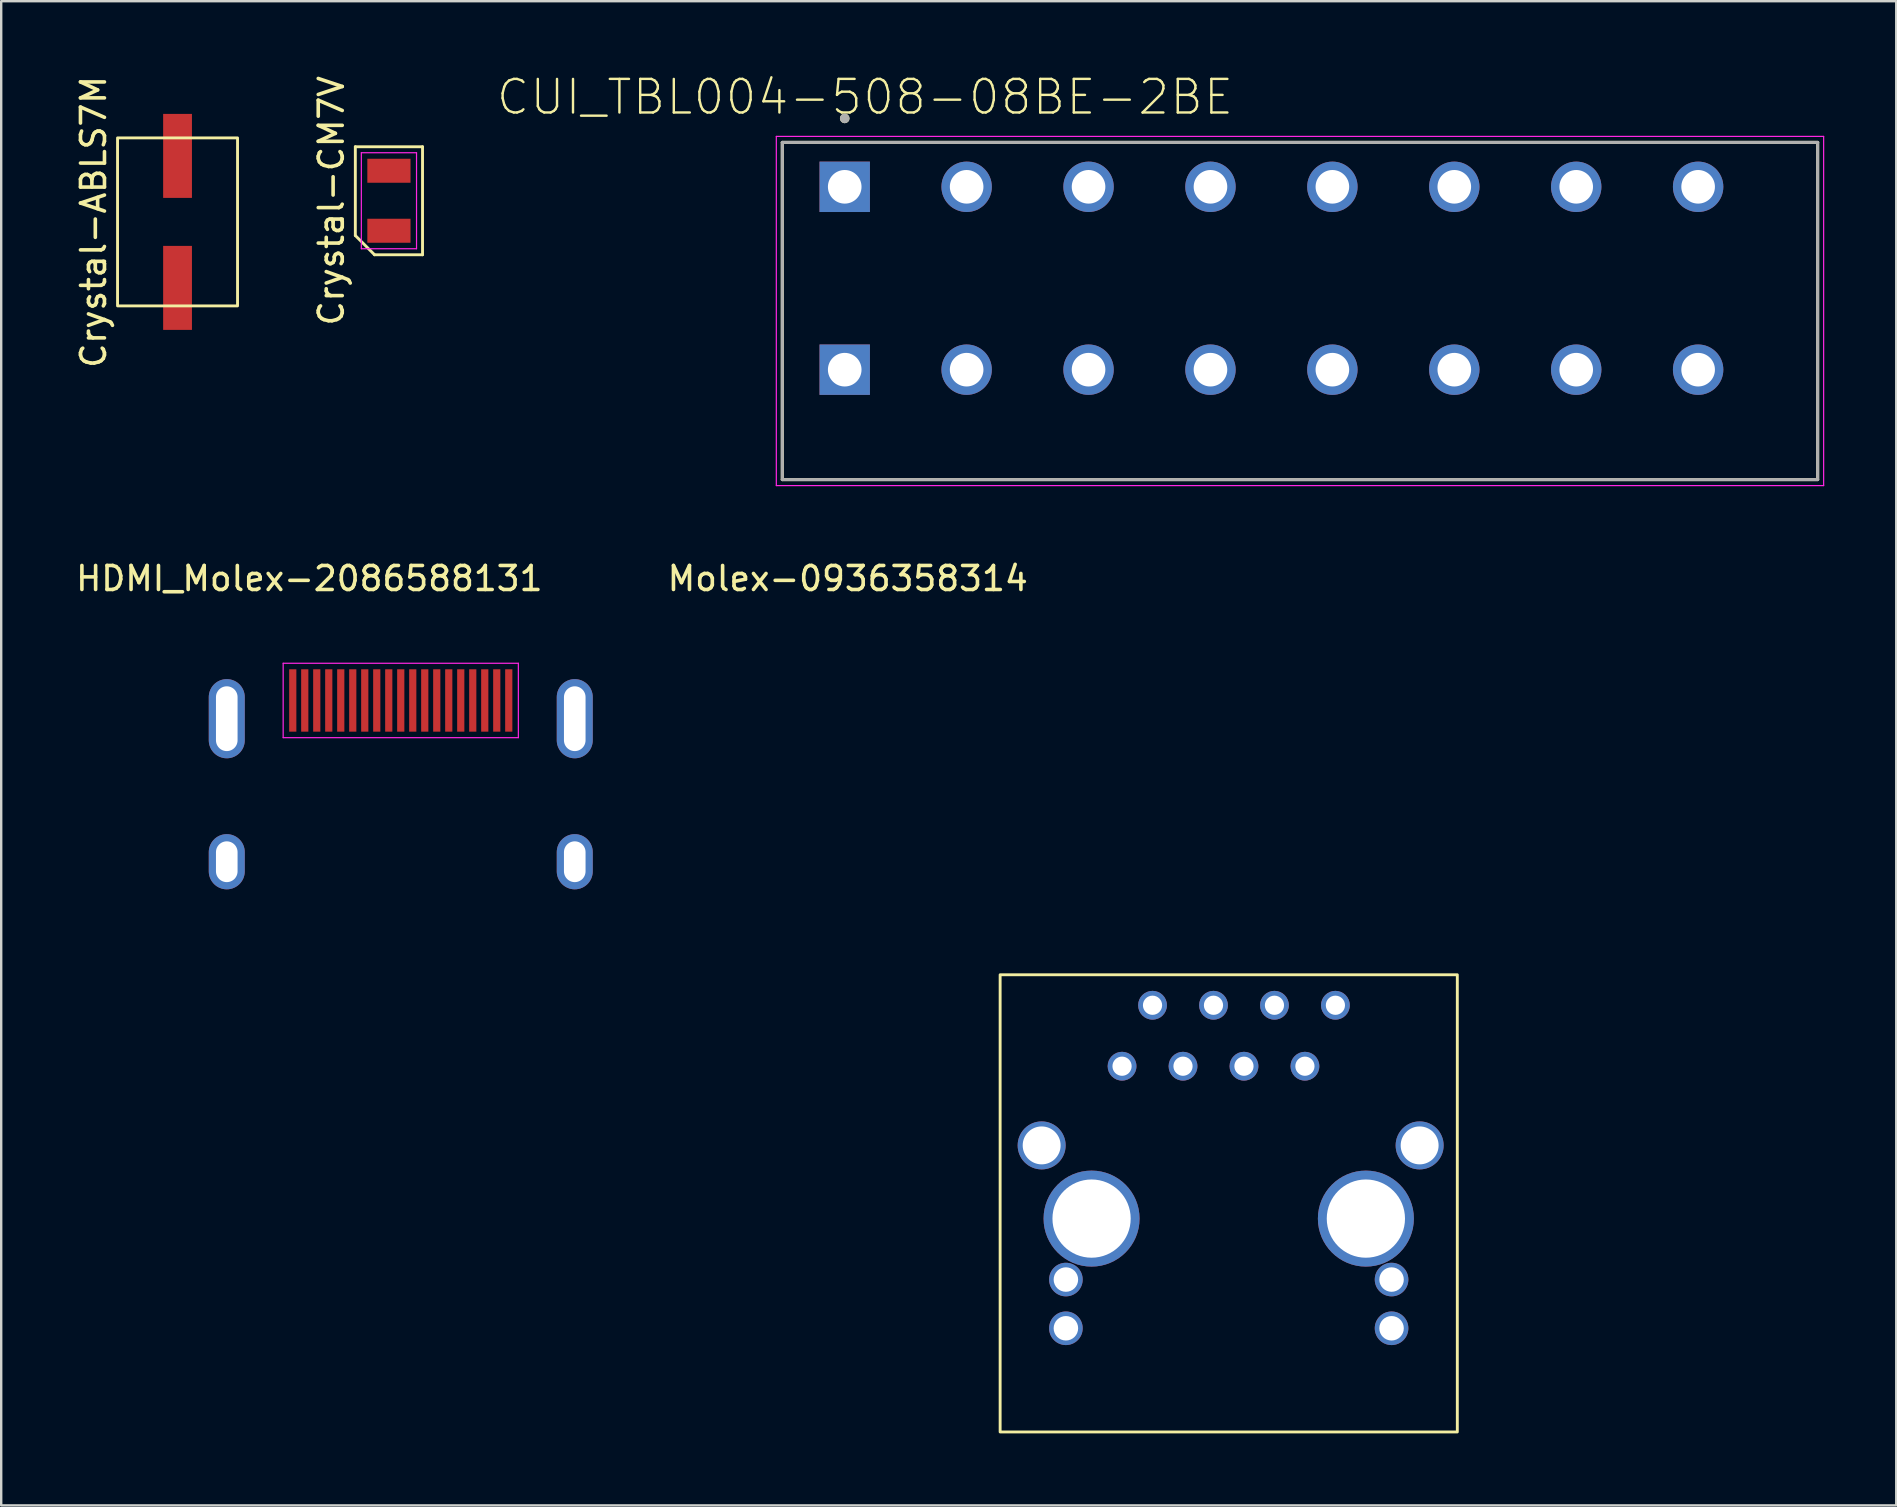
<source format=kicad_pcb>
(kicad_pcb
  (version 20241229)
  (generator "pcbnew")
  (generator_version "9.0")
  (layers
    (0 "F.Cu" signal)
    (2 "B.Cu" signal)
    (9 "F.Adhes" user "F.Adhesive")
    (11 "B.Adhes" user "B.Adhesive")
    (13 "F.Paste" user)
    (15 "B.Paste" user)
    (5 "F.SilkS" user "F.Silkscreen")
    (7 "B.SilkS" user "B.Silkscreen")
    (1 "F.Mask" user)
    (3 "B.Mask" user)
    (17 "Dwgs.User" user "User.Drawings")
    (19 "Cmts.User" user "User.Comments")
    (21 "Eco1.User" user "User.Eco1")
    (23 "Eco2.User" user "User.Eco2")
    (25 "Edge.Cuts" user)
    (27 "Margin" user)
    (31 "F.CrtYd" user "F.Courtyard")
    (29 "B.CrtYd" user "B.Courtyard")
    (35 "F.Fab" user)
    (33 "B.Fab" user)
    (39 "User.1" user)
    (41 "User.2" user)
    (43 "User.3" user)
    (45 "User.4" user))
  (footprint "Crystal-ABLS7M"
    (layer "F.Cu")
    (at 4.348 6.196)
    (property "Reference" "Crystal-ABLS7M" (at -3.5 0 90) (layer "F.SilkS") (effects (font (size 1 1) (thickness 0.15))))
    (attr through_hole)
    (fp_rect (start -2.5 -3.5) (end 2.5 3.5) (stroke (width 0.12) (type solid)) (fill no) (layer "F.SilkS"))
    (pad "1" smd rect (at 0 2.75) (size 1.2 3.5) (layers "F.Cu" "F.Mask" "F.Paste"))
    (pad "2" smd rect (at 0 -2.75) (size 1.2 3.5) (layers "F.Cu" "F.Mask" "F.Paste")))
  (footprint "CUI_TBL004-508-08BE-2BE"
    (layer "F.Cu")
    (at 32.148 4.734)
    (property "Reference" "CUI_TBL004-508-08BE-2BE" (at 0.845 -3.739 0) (layer "F.SilkS") (effects (font (size 1.4 1.4) (thickness 0.1))))
    (attr through_hole)
    (fp_line (start -2.6 -1.85) (end 40.54 -1.85) (stroke (width 0.127) (type solid)) (layer "F.SilkS"))
    (fp_line (start -2.6 12.2) (end -2.6 -1.85) (stroke (width 0.127) (type solid)) (layer "F.SilkS"))
    (fp_line (start 40.54 -1.85) (end 40.54 12.2) (stroke (width 0.127) (type solid)) (layer "F.SilkS"))
    (fp_line (start 40.54 12.2) (end -2.6 12.2) (stroke (width 0.127) (type solid)) (layer "F.SilkS"))
    (fp_circle (center 0 -2.85) (end 0.1 -2.85) (stroke (width 0.2) (type solid)) (fill no) (layer "F.SilkS"))
    (fp_line (start -2.85 -2.1) (end 40.79 -2.1) (stroke (width 0.05) (type solid)) (layer "F.CrtYd"))
    (fp_line (start -2.85 12.45) (end -2.85 -2.1) (stroke (width 0.05) (type solid)) (layer "F.CrtYd"))
    (fp_line (start 40.79 -2.1) (end 40.79 12.45) (stroke (width 0.05) (type solid)) (layer "F.CrtYd"))
    (fp_line (start 40.79 12.45) (end -2.85 12.45) (stroke (width 0.05) (type solid)) (layer "F.CrtYd"))
    (fp_line (start -2.6 -1.85) (end 40.54 -1.85) (stroke (width 0.127) (type solid)) (layer "F.Fab"))
    (fp_line (start -2.6 12.2) (end -2.6 -1.85) (stroke (width 0.127) (type solid)) (layer "F.Fab"))
    (fp_line (start 40.54 -1.85) (end 40.54 12.2) (stroke (width 0.127) (type solid)) (layer "F.Fab"))
    (fp_line (start 40.54 12.2) (end -2.6 12.2) (stroke (width 0.127) (type solid)) (layer "F.Fab"))
    (fp_circle (center 0 -2.85) (end 0.1 -2.85) (stroke (width 0.2) (type solid)) (fill no) (layer "F.Fab"))
    (pad "1" thru_hole rect (at 0 0) (size 2.1 2.1) (drill 1.4) (layers "*.Cu" "*.Mask"))
    (pad "1" thru_hole rect (at 0 7.62) (size 2.1 2.1) (drill 1.4) (layers "*.Cu" "*.Mask"))
    (pad "2" thru_hole circle (at 5.08 0) (size 2.1 2.1) (drill 1.4) (layers "*.Cu" "*.Mask"))
    (pad "2" thru_hole circle (at 5.08 7.62) (size 2.1 2.1) (drill 1.4) (layers "*.Cu" "*.Mask"))
    (pad "3" thru_hole circle (at 10.16 0) (size 2.1 2.1) (drill 1.4) (layers "*.Cu" "*.Mask"))
    (pad "3" thru_hole circle (at 10.16 7.62) (size 2.1 2.1) (drill 1.4) (layers "*.Cu" "*.Mask"))
    (pad "4" thru_hole circle (at 15.24 0) (size 2.1 2.1) (drill 1.4) (layers "*.Cu" "*.Mask"))
    (pad "4" thru_hole circle (at 15.24 7.62) (size 2.1 2.1) (drill 1.4) (layers "*.Cu" "*.Mask"))
    (pad "5" thru_hole circle (at 20.32 0) (size 2.1 2.1) (drill 1.4) (layers "*.Cu" "*.Mask"))
    (pad "5" thru_hole circle (at 20.32 7.62) (size 2.1 2.1) (drill 1.4) (layers "*.Cu" "*.Mask"))
    (pad "6" thru_hole circle (at 25.4 0) (size 2.1 2.1) (drill 1.4) (layers "*.Cu" "*.Mask"))
    (pad "6" thru_hole circle (at 25.4 7.62) (size 2.1 2.1) (drill 1.4) (layers "*.Cu" "*.Mask"))
    (pad "7" thru_hole circle (at 30.48 0) (size 2.1 2.1) (drill 1.4) (layers "*.Cu" "*.Mask"))
    (pad "7" thru_hole circle (at 30.48 7.62) (size 2.1 2.1) (drill 1.4) (layers "*.Cu" "*.Mask"))
    (pad "8" thru_hole circle (at 35.56 0) (size 2.1 2.1) (drill 1.4) (layers "*.Cu" "*.Mask"))
    (pad "8" thru_hole circle (at 35.56 7.62) (size 2.1 2.1) (drill 1.4) (layers "*.Cu" "*.Mask")))
  (footprint "Crystal-CM7V"
    (layer "F.Cu")
    (at 13.156 5.315)
    (property "Reference" "Crystal-CM7V" (at -2.4 0 90) (layer "F.SilkS") (effects (font (size 1 1) (thickness 0.15))))
    (attr through_hole)
    (fp_line (start -1.4 -2.25) (end 1.4 -2.25) (stroke (width 0.12) (type solid)) (layer "F.SilkS"))
    (fp_line (start -1.4 1.45) (end -1.4 -2.25) (stroke (width 0.12) (type solid)) (layer "F.SilkS"))
    (fp_line (start -0.6 2.25) (end -1.4 1.45) (stroke (width 0.12) (type solid)) (layer "F.SilkS"))
    (fp_line (start 1.4 -2.25) (end 1.4 2.25) (stroke (width 0.12) (type solid)) (layer "F.SilkS"))
    (fp_line (start 1.4 2.25) (end -0.6 2.25) (stroke (width 0.12) (type solid)) (layer "F.SilkS"))
    (fp_line (start -1.15 -2) (end 1.15 -2) (stroke (width 0.05) (type solid)) (layer "F.CrtYd"))
    (fp_line (start -1.15 2) (end -1.15 -2) (stroke (width 0.05) (type solid)) (layer "F.CrtYd"))
    (fp_line (start 1.15 -2) (end 1.15 2) (stroke (width 0.05) (type solid)) (layer "F.CrtYd"))
    (fp_line (start 1.15 2) (end -1.15 2) (stroke (width 0.05) (type solid)) (layer "F.CrtYd"))
    (pad "1" smd rect (at 0 1.25) (size 1.8 1) (layers "F.Cu" "F.Mask" "F.Paste"))
    (pad "2" smd rect (at 0 -1.25) (size 1.8 1) (layers "F.Cu" "F.Mask" "F.Paste")))
  (footprint "Molex-0936358314"
    (layer "F.Cu")
    (at 43.704 41.377)
    (property "Reference" "Molex-0936358314" (at -11.43 -20.32 0) (layer "F.SilkS") (effects (font (size 1 1) (thickness 0.15))))
    (fp_rect (start -5.08 -3.81) (end 13.97 15.24) (stroke (width 0.12) (type solid)) (fill no) (layer "F.SilkS"))
    (pad "1" thru_hole circle (at -3.35 3.3) (size 2 2) (drill 1.58) (layers "*.Cu" "*.Mask"))
    (pad "1" thru_hole circle (at -1.27 6.35) (size 4 4) (drill 3.26) (layers "*.Cu" "*.Mask"))
    (pad "1" thru_hole circle (at 10.16 6.35) (size 4 4) (drill 3.26) (layers "*.Cu" "*.Mask"))
    (pad "1" thru_hole circle (at 12.4 3.3) (size 2 2) (drill 1.58) (layers "*.Cu" "*.Mask"))
    (pad "2" thru_hole oval (at 0 0) (size 1.2 1.2) (drill 0.8) (layers "*.Cu" "*.Mask"))
    (pad "3" thru_hole oval (at 1.27 -2.54) (size 1.2 1.2) (drill 0.8) (layers "*.Cu" "*.Mask"))
    (pad "4" thru_hole oval (at 2.54 0) (size 1.2 1.2) (drill 0.8) (layers "*.Cu" "*.Mask"))
    (pad "5" thru_hole oval (at 3.81 -2.54) (size 1.2 1.2) (drill 0.8) (layers "*.Cu" "*.Mask"))
    (pad "6" thru_hole oval (at 5.08 0) (size 1.2 1.2) (drill 0.8) (layers "*.Cu" "*.Mask"))
    (pad "7" thru_hole oval (at 6.35 -2.54) (size 1.2 1.2) (drill 0.8) (layers "*.Cu" "*.Mask"))
    (pad "8" thru_hole oval (at 7.62 0) (size 1.2 1.2) (drill 0.8) (layers "*.Cu" "*.Mask"))
    (pad "9" thru_hole oval (at 8.89 -2.54) (size 1.2 1.2) (drill 0.8) (layers "*.Cu" "*.Mask"))
    (pad "11" thru_hole circle (at -2.34 10.92) (size 1.4 1.4) (drill 1.02) (layers "*.Cu" "*.Mask"))
    (pad "12" thru_hole circle (at -2.34 8.89) (size 1.4 1.4) (drill 1.02) (layers "*.Cu" "*.Mask"))
    (pad "13" thru_hole circle (at 11.23 10.92) (size 1.4 1.4) (drill 1.02) (layers "*.Cu" "*.Mask"))
    (pad "14" thru_hole circle (at 11.23 8.89) (size 1.4 1.4) (drill 1.02) (layers "*.Cu" "*.Mask")))
  (footprint "HDMI_Molex-2086588131"
    (layer "F.Cu")
    (at 13.649 26.137)
    (property "Reference" "HDMI_Molex-2086588131" (at -3.81 -5.08 0) (layer "F.SilkS") (effects (font (size 1 1) (thickness 0.15))))
    (attr through_hole)
    (fp_line (start -4.9 -1.55) (end 4.9 -1.55) (stroke (width 0.05) (type solid)) (layer "F.CrtYd"))
    (fp_line (start -4.9 1.55) (end -4.9 -1.55) (stroke (width 0.05) (type solid)) (layer "F.CrtYd"))
    (fp_line (start 4.9 -1.55) (end 4.9 1.55) (stroke (width 0.05) (type solid)) (layer "F.CrtYd"))
    (fp_line (start 4.9 1.55) (end -4.9 1.55) (stroke (width 0.05) (type solid)) (layer "F.CrtYd"))
    (pad "1" smd rect (at 4.5 0) (size 0.3 2.6) (layers "F.Cu" "F.Mask" "F.Paste"))
    (pad "2" smd rect (at 4 0) (size 0.3 2.6) (layers "F.Cu" "F.Mask" "F.Paste"))
    (pad "3" smd rect (at 3.5 0) (size 0.3 2.6) (layers "F.Cu" "F.Mask" "F.Paste"))
    (pad "4" smd rect (at 3 0) (size 0.3 2.6) (layers "F.Cu" "F.Mask" "F.Paste"))
    (pad "5" smd rect (at 2.5 0) (size 0.3 2.6) (layers "F.Cu" "F.Mask" "F.Paste"))
    (pad "6" smd rect (at 2 0) (size 0.3 2.6) (layers "F.Cu" "F.Mask" "F.Paste"))
    (pad "7" smd rect (at 1.5 0) (size 0.3 2.6) (layers "F.Cu" "F.Mask" "F.Paste"))
    (pad "8" smd rect (at 1 0) (size 0.3 2.6) (layers "F.Cu" "F.Mask" "F.Paste"))
    (pad "9" smd rect (at 0.5 0) (size 0.3 2.6) (layers "F.Cu" "F.Mask" "F.Paste"))
    (pad "10" smd rect (at 0 0) (size 0.3 2.6) (layers "F.Cu" "F.Mask" "F.Paste"))
    (pad "11" smd rect (at -0.5 0) (size 0.3 2.6) (layers "F.Cu" "F.Mask" "F.Paste"))
    (pad "12" smd rect (at -1 0) (size 0.3 2.6) (layers "F.Cu" "F.Mask" "F.Paste"))
    (pad "13" smd rect (at -1.5 0) (size 0.3 2.6) (layers "F.Cu" "F.Mask" "F.Paste"))
    (pad "14" smd rect (at -2 0) (size 0.3 2.6) (layers "F.Cu" "F.Mask" "F.Paste"))
    (pad "15" smd rect (at -2.5 0) (size 0.3 2.6) (layers "F.Cu" "F.Mask" "F.Paste"))
    (pad "16" smd rect (at -3 0) (size 0.3 2.6) (layers "F.Cu" "F.Mask" "F.Paste"))
    (pad "17" smd rect (at -3.5 0) (size 0.3 2.6) (layers "F.Cu" "F.Mask" "F.Paste"))
    (pad "18" smd rect (at -4 0) (size 0.3 2.6) (layers "F.Cu" "F.Mask" "F.Paste"))
    (pad "19" smd rect (at -4.5 0) (size 0.3 2.6) (layers "F.Cu" "F.Mask" "F.Paste"))
    (pad "20" thru_hole oval (at -7.25 0.76) (size 1.5 3.3) (drill oval 0.9 2.7) (layers "*.Cu" "*.Mask"))
    (pad "20" thru_hole oval (at -7.25 6.72) (size 1.5 2.3) (drill oval 0.9 1.7) (layers "*.Cu" "*.Mask"))
    (pad "20" thru_hole oval (at 7.25 0.76) (size 1.5 3.3) (drill oval 0.9 2.7) (layers "*.Cu" "*.Mask"))
    (pad "20" thru_hole oval (at 7.25 6.72) (size 1.5 2.3) (drill oval 0.9 1.7) (layers "*.Cu" "*.Mask")))
  (gr_rect
    (start -3 -3)
    (end 75.963 59.677)
    (stroke (width 0.1) (type default))
    (fill no)
    (layer "Edge.Cuts")))
</source>
